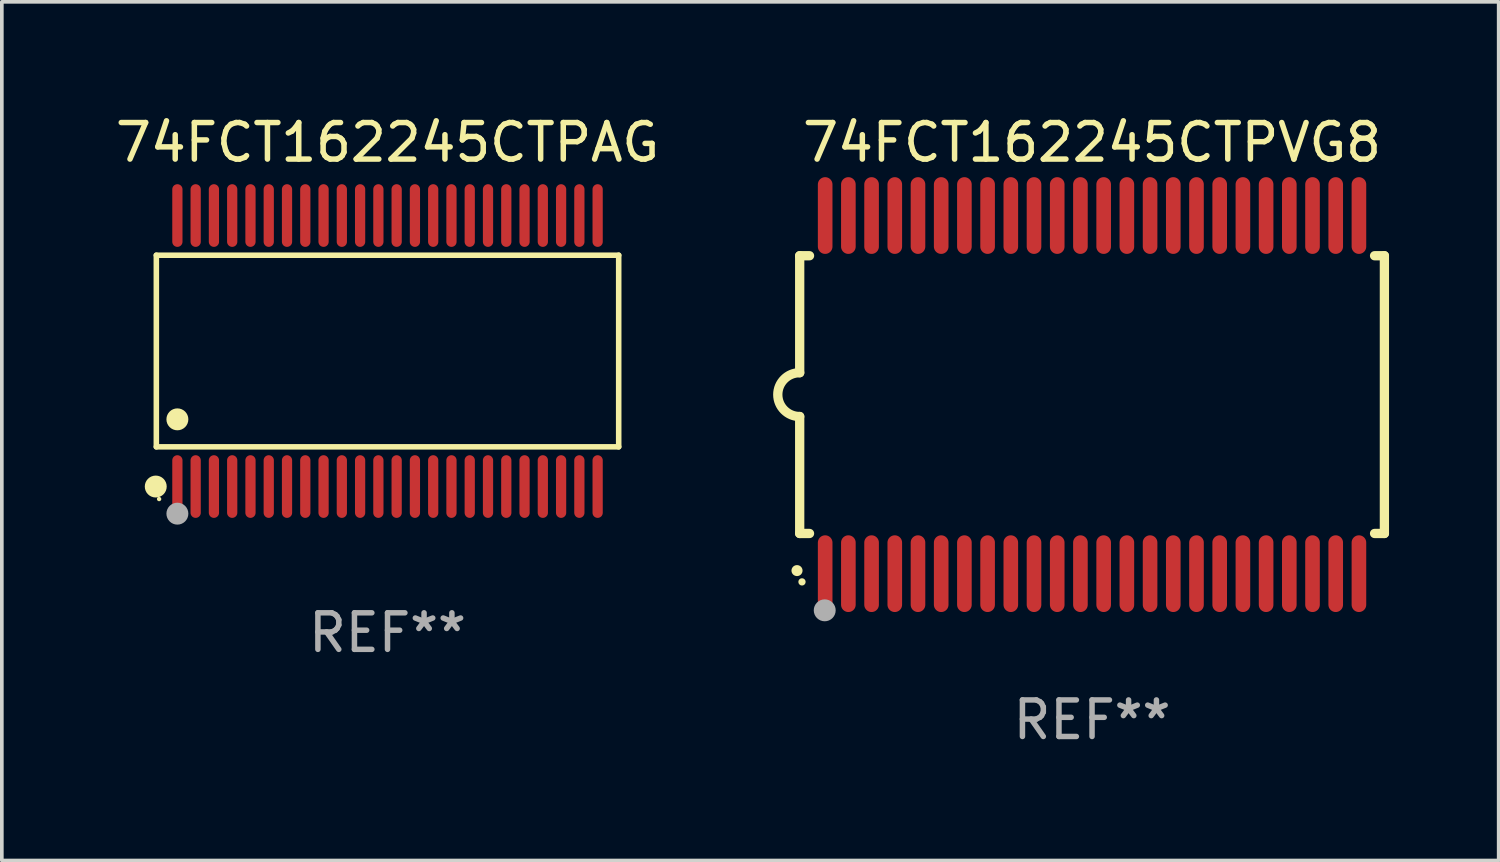
<source format=kicad_pcb>
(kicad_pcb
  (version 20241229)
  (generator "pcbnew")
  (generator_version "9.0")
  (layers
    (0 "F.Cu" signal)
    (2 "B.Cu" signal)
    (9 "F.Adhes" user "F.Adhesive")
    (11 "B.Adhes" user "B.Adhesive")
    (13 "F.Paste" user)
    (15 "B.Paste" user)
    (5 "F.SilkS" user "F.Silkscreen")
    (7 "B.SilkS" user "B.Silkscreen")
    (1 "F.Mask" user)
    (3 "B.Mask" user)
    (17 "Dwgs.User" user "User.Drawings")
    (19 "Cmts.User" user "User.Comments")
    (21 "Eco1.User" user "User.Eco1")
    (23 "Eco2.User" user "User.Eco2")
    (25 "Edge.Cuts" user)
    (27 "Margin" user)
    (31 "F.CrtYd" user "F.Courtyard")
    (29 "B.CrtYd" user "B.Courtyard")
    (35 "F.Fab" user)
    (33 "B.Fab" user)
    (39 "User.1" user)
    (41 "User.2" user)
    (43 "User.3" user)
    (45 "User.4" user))
  (footprint "74FCT162245CTPVG8"
    (layer "F.Cu")
    (at 26.833 7.748)
    (property "Reference" "74FCT162245CTPVG8" (at 0 -6.9 0) (layer "F.SilkS") (effects (font (size 1 1) (thickness 0.15))))
    (attr through_hole)
    (fp_line (start -8 -3.8) (end -8 -0.599) (stroke (width 0.254) (type solid)) (layer "F.SilkS"))
    (fp_line (start -8 -3.8) (end -7.731 -3.8) (stroke (width 0.254) (type solid)) (layer "F.SilkS"))
    (fp_line (start -8 3.8) (end -8 0.599) (stroke (width 0.254) (type solid)) (layer "F.SilkS"))
    (fp_line (start -7.731 3.8) (end -8 3.8) (stroke (width 0.254) (type solid)) (layer "F.SilkS"))
    (fp_line (start 7.731 -3.8) (end 8 -3.8) (stroke (width 0.254) (type solid)) (layer "F.SilkS"))
    (fp_line (start 8 -3.8) (end 8 3.8) (stroke (width 0.254) (type solid)) (layer "F.SilkS"))
    (fp_line (start 8 3.8) (end 7.731 3.8) (stroke (width 0.254) (type solid)) (layer "F.SilkS"))
    (fp_arc (start -8.074676 4.81585) (mid -8.073406 4.815845) (end -8.072136 4.81585) (stroke (width 0.3) (type solid)) (layer "F.SilkS"))
    (fp_arc (start -8.000025 0.6) (mid -8.598908 0.00056) (end -8.000027 -0.598882) (stroke (width 0.254001) (type solid)) (layer "F.SilkS"))
    (fp_circle (center -7.937 5.125) (end -7.887 5.125) (stroke (width 0.1) (type solid)) (fill no) (layer "F.SilkS"))
    (fp_circle (center -7.315 5.903) (end -7.165 5.903) (stroke (width 0.3) (type solid)) (fill no) (layer "F.Fab"))
    (fp_text user "REF**" (at 0 8.9 0) (layer "F.Fab") (effects (font (size 1 1) (thickness 0.15))))
    (pad "1" smd oval (at -7.303 4.9) (size 0.4 2.1) (layers "F.Cu" "F.Mask" "F.Paste"))
    (pad "2" smd oval (at -6.668 4.9) (size 0.4 2.1) (layers "F.Cu" "F.Mask" "F.Paste"))
    (pad "3" smd oval (at -6.033 4.9) (size 0.4 2.1) (layers "F.Cu" "F.Mask" "F.Paste"))
    (pad "4" smd oval (at -5.398 4.9) (size 0.4 2.1) (layers "F.Cu" "F.Mask" "F.Paste"))
    (pad "5" smd oval (at -4.763 4.9) (size 0.4 2.1) (layers "F.Cu" "F.Mask" "F.Paste"))
    (pad "6" smd oval (at -4.128 4.9) (size 0.4 2.1) (layers "F.Cu" "F.Mask" "F.Paste"))
    (pad "7" smd oval (at -3.493 4.9) (size 0.4 2.1) (layers "F.Cu" "F.Mask" "F.Paste"))
    (pad "8" smd oval (at -2.858 4.9) (size 0.4 2.1) (layers "F.Cu" "F.Mask" "F.Paste"))
    (pad "9" smd oval (at -2.223 4.9) (size 0.4 2.1) (layers "F.Cu" "F.Mask" "F.Paste"))
    (pad "10" smd oval (at -1.588 4.9) (size 0.4 2.1) (layers "F.Cu" "F.Mask" "F.Paste"))
    (pad "11" smd oval (at -0.953 4.9) (size 0.4 2.1) (layers "F.Cu" "F.Mask" "F.Paste"))
    (pad "12" smd oval (at -0.318 4.9) (size 0.4 2.1) (layers "F.Cu" "F.Mask" "F.Paste"))
    (pad "13" smd oval (at 0.318 4.9) (size 0.4 2.1) (layers "F.Cu" "F.Mask" "F.Paste"))
    (pad "14" smd oval (at 0.953 4.9) (size 0.4 2.1) (layers "F.Cu" "F.Mask" "F.Paste"))
    (pad "15" smd oval (at 1.588 4.9) (size 0.4 2.1) (layers "F.Cu" "F.Mask" "F.Paste"))
    (pad "16" smd oval (at 2.223 4.9) (size 0.4 2.1) (layers "F.Cu" "F.Mask" "F.Paste"))
    (pad "17" smd oval (at 2.858 4.9) (size 0.4 2.1) (layers "F.Cu" "F.Mask" "F.Paste"))
    (pad "18" smd oval (at 3.493 4.9) (size 0.4 2.1) (layers "F.Cu" "F.Mask" "F.Paste"))
    (pad "19" smd oval (at 4.128 4.9) (size 0.4 2.1) (layers "F.Cu" "F.Mask" "F.Paste"))
    (pad "20" smd oval (at 4.763 4.9) (size 0.4 2.1) (layers "F.Cu" "F.Mask" "F.Paste"))
    (pad "21" smd oval (at 5.398 4.9) (size 0.4 2.1) (layers "F.Cu" "F.Mask" "F.Paste"))
    (pad "22" smd oval (at 6.033 4.9) (size 0.4 2.1) (layers "F.Cu" "F.Mask" "F.Paste"))
    (pad "23" smd oval (at 6.668 4.9) (size 0.4 2.1) (layers "F.Cu" "F.Mask" "F.Paste"))
    (pad "24" smd oval (at 7.303 4.9) (size 0.4 2.1) (layers "F.Cu" "F.Mask" "F.Paste"))
    (pad "25" smd oval (at 7.303 -4.9 180) (size 0.4 2.1) (layers "F.Cu" "F.Mask" "F.Paste"))
    (pad "26" smd oval (at 6.668 -4.9 180) (size 0.4 2.1) (layers "F.Cu" "F.Mask" "F.Paste"))
    (pad "27" smd oval (at 6.033 -4.9 180) (size 0.4 2.1) (layers "F.Cu" "F.Mask" "F.Paste"))
    (pad "28" smd oval (at 5.398 -4.9 180) (size 0.4 2.1) (layers "F.Cu" "F.Mask" "F.Paste"))
    (pad "29" smd oval (at 4.763 -4.9 180) (size 0.4 2.1) (layers "F.Cu" "F.Mask" "F.Paste"))
    (pad "30" smd oval (at 4.128 -4.9 180) (size 0.4 2.1) (layers "F.Cu" "F.Mask" "F.Paste"))
    (pad "31" smd oval (at 3.493 -4.9 180) (size 0.4 2.1) (layers "F.Cu" "F.Mask" "F.Paste"))
    (pad "32" smd oval (at 2.858 -4.9 180) (size 0.4 2.1) (layers "F.Cu" "F.Mask" "F.Paste"))
    (pad "33" smd oval (at 2.223 -4.9 180) (size 0.4 2.1) (layers "F.Cu" "F.Mask" "F.Paste"))
    (pad "34" smd oval (at 1.588 -4.9 180) (size 0.4 2.1) (layers "F.Cu" "F.Mask" "F.Paste"))
    (pad "35" smd oval (at 0.953 -4.9 180) (size 0.4 2.1) (layers "F.Cu" "F.Mask" "F.Paste"))
    (pad "36" smd oval (at 0.318 -4.9 180) (size 0.4 2.1) (layers "F.Cu" "F.Mask" "F.Paste"))
    (pad "37" smd oval (at -0.318 -4.9 180) (size 0.4 2.1) (layers "F.Cu" "F.Mask" "F.Paste"))
    (pad "38" smd oval (at -0.953 -4.9 180) (size 0.4 2.1) (layers "F.Cu" "F.Mask" "F.Paste"))
    (pad "39" smd oval (at -1.588 -4.9 180) (size 0.4 2.1) (layers "F.Cu" "F.Mask" "F.Paste"))
    (pad "40" smd oval (at -2.223 -4.9 180) (size 0.4 2.1) (layers "F.Cu" "F.Mask" "F.Paste"))
    (pad "41" smd oval (at -2.858 -4.9 180) (size 0.4 2.1) (layers "F.Cu" "F.Mask" "F.Paste"))
    (pad "42" smd oval (at -3.493 -4.9 180) (size 0.4 2.1) (layers "F.Cu" "F.Mask" "F.Paste"))
    (pad "43" smd oval (at -4.128 -4.9 180) (size 0.4 2.1) (layers "F.Cu" "F.Mask" "F.Paste"))
    (pad "44" smd oval (at -4.763 -4.9 180) (size 0.4 2.1) (layers "F.Cu" "F.Mask" "F.Paste"))
    (pad "45" smd oval (at -5.398 -4.9 180) (size 0.4 2.1) (layers "F.Cu" "F.Mask" "F.Paste"))
    (pad "46" smd oval (at -6.033 -4.9 180) (size 0.4 2.1) (layers "F.Cu" "F.Mask" "F.Paste"))
    (pad "47" smd oval (at -6.668 -4.9 180) (size 0.4 2.1) (layers "F.Cu" "F.Mask" "F.Paste"))
    (pad "48" smd oval (at -7.303 -4.9 180) (size 0.4 2.1) (layers "F.Cu" "F.Mask" "F.Paste")))
  (footprint "74FCT162245CTPAG"
    (layer "F.Cu")
    (at 7.554 6.556)
    (property "Reference" "74FCT162245CTPAG" (at 0 -5.708 0) (layer "F.SilkS") (effects (font (size 1 1) (thickness 0.15))))
    (attr through_hole)
    (fp_line (start -6.326 -2.622) (end 6.326 -2.622) (stroke (width 0.152) (type solid)) (layer "F.SilkS"))
    (fp_line (start -6.326 2.621) (end -6.326 -2.622) (stroke (width 0.152) (type solid)) (layer "F.SilkS"))
    (fp_line (start 6.326 -2.622) (end 6.326 2.621) (stroke (width 0.152) (type solid)) (layer "F.SilkS"))
    (fp_line (start 6.326 2.621) (end -6.326 2.621) (stroke (width 0.152) (type solid)) (layer "F.SilkS"))
    (fp_circle (center -6.342 3.708) (end -6.192 3.708) (stroke (width 0.3) (type solid)) (fill no) (layer "F.SilkS"))
    (fp_circle (center -6.25 4.05) (end -6.22 4.05) (stroke (width 0.06) (type solid)) (fill no) (layer "F.SilkS"))
    (fp_circle (center -5.75 1.869) (end -5.6 1.869) (stroke (width 0.3) (type solid)) (fill no) (layer "F.SilkS"))
    (fp_circle (center -5.75 4.45) (end -5.6 4.45) (stroke (width 0.3) (type solid)) (fill no) (layer "F.Fab"))
    (fp_text user "REF**" (at 0 7.708 0) (layer "F.Fab") (effects (font (size 1 1) (thickness 0.15))))
    (pad "1" smd oval (at -5.75 3.708) (size 0.28 1.715) (layers "F.Cu" "F.Mask" "F.Paste"))
    (pad "2" smd oval (at -5.25 3.708) (size 0.28 1.715) (layers "F.Cu" "F.Mask" "F.Paste"))
    (pad "3" smd oval (at -4.75 3.708) (size 0.28 1.715) (layers "F.Cu" "F.Mask" "F.Paste"))
    (pad "4" smd oval (at -4.25 3.708) (size 0.28 1.715) (layers "F.Cu" "F.Mask" "F.Paste"))
    (pad "5" smd oval (at -3.75 3.708) (size 0.28 1.715) (layers "F.Cu" "F.Mask" "F.Paste"))
    (pad "6" smd oval (at -3.25 3.708) (size 0.28 1.715) (layers "F.Cu" "F.Mask" "F.Paste"))
    (pad "7" smd oval (at -2.75 3.708) (size 0.28 1.715) (layers "F.Cu" "F.Mask" "F.Paste"))
    (pad "8" smd oval (at -2.25 3.708) (size 0.28 1.715) (layers "F.Cu" "F.Mask" "F.Paste"))
    (pad "9" smd oval (at -1.75 3.708) (size 0.28 1.715) (layers "F.Cu" "F.Mask" "F.Paste"))
    (pad "10" smd oval (at -1.25 3.708) (size 0.28 1.715) (layers "F.Cu" "F.Mask" "F.Paste"))
    (pad "11" smd oval (at -0.75 3.708) (size 0.28 1.715) (layers "F.Cu" "F.Mask" "F.Paste"))
    (pad "12" smd oval (at -0.25 3.708) (size 0.28 1.715) (layers "F.Cu" "F.Mask" "F.Paste"))
    (pad "13" smd oval (at 0.25 3.708) (size 0.28 1.715) (layers "F.Cu" "F.Mask" "F.Paste"))
    (pad "14" smd oval (at 0.75 3.708) (size 0.28 1.715) (layers "F.Cu" "F.Mask" "F.Paste"))
    (pad "15" smd oval (at 1.25 3.708) (size 0.28 1.715) (layers "F.Cu" "F.Mask" "F.Paste"))
    (pad "16" smd oval (at 1.75 3.708) (size 0.28 1.715) (layers "F.Cu" "F.Mask" "F.Paste"))
    (pad "17" smd oval (at 2.25 3.708) (size 0.28 1.715) (layers "F.Cu" "F.Mask" "F.Paste"))
    (pad "18" smd oval (at 2.75 3.708) (size 0.28 1.715) (layers "F.Cu" "F.Mask" "F.Paste"))
    (pad "19" smd oval (at 3.25 3.708) (size 0.28 1.715) (layers "F.Cu" "F.Mask" "F.Paste"))
    (pad "20" smd oval (at 3.75 3.708) (size 0.28 1.715) (layers "F.Cu" "F.Mask" "F.Paste"))
    (pad "21" smd oval (at 4.25 3.708) (size 0.28 1.715) (layers "F.Cu" "F.Mask" "F.Paste"))
    (pad "22" smd oval (at 4.75 3.708) (size 0.28 1.715) (layers "F.Cu" "F.Mask" "F.Paste"))
    (pad "23" smd oval (at 5.25 3.708) (size 0.28 1.715) (layers "F.Cu" "F.Mask" "F.Paste"))
    (pad "24" smd oval (at 5.75 3.708) (size 0.28 1.715) (layers "F.Cu" "F.Mask" "F.Paste"))
    (pad "25" smd oval (at 5.75 -3.708) (size 0.28 1.715) (layers "F.Cu" "F.Mask" "F.Paste"))
    (pad "26" smd oval (at 5.25 -3.708) (size 0.28 1.715) (layers "F.Cu" "F.Mask" "F.Paste"))
    (pad "27" smd oval (at 4.75 -3.708) (size 0.28 1.715) (layers "F.Cu" "F.Mask" "F.Paste"))
    (pad "28" smd oval (at 4.25 -3.708) (size 0.28 1.715) (layers "F.Cu" "F.Mask" "F.Paste"))
    (pad "29" smd oval (at 3.75 -3.708) (size 0.28 1.715) (layers "F.Cu" "F.Mask" "F.Paste"))
    (pad "30" smd oval (at 3.25 -3.708) (size 0.28 1.715) (layers "F.Cu" "F.Mask" "F.Paste"))
    (pad "31" smd oval (at 2.75 -3.708) (size 0.28 1.715) (layers "F.Cu" "F.Mask" "F.Paste"))
    (pad "32" smd oval (at 2.25 -3.708) (size 0.28 1.715) (layers "F.Cu" "F.Mask" "F.Paste"))
    (pad "33" smd oval (at 1.75 -3.708) (size 0.28 1.715) (layers "F.Cu" "F.Mask" "F.Paste"))
    (pad "34" smd oval (at 1.25 -3.708) (size 0.28 1.715) (layers "F.Cu" "F.Mask" "F.Paste"))
    (pad "35" smd oval (at 0.75 -3.708) (size 0.28 1.715) (layers "F.Cu" "F.Mask" "F.Paste"))
    (pad "36" smd oval (at 0.25 -3.708) (size 0.28 1.715) (layers "F.Cu" "F.Mask" "F.Paste"))
    (pad "37" smd oval (at -0.25 -3.708) (size 0.28 1.715) (layers "F.Cu" "F.Mask" "F.Paste"))
    (pad "38" smd oval (at -0.75 -3.708) (size 0.28 1.715) (layers "F.Cu" "F.Mask" "F.Paste"))
    (pad "39" smd oval (at -1.25 -3.708) (size 0.28 1.715) (layers "F.Cu" "F.Mask" "F.Paste"))
    (pad "40" smd oval (at -1.75 -3.708) (size 0.28 1.715) (layers "F.Cu" "F.Mask" "F.Paste"))
    (pad "41" smd oval (at -2.25 -3.708) (size 0.28 1.715) (layers "F.Cu" "F.Mask" "F.Paste"))
    (pad "42" smd oval (at -2.75 -3.708) (size 0.28 1.715) (layers "F.Cu" "F.Mask" "F.Paste"))
    (pad "43" smd oval (at -3.25 -3.708) (size 0.28 1.715) (layers "F.Cu" "F.Mask" "F.Paste"))
    (pad "44" smd oval (at -3.75 -3.708) (size 0.28 1.715) (layers "F.Cu" "F.Mask" "F.Paste"))
    (pad "45" smd oval (at -4.25 -3.708) (size 0.28 1.715) (layers "F.Cu" "F.Mask" "F.Paste"))
    (pad "46" smd oval (at -4.75 -3.708) (size 0.28 1.715) (layers "F.Cu" "F.Mask" "F.Paste"))
    (pad "47" smd oval (at -5.25 -3.708) (size 0.28 1.715) (layers "F.Cu" "F.Mask" "F.Paste"))
    (pad "48" smd oval (at -5.75 -3.708) (size 0.28 1.715) (layers "F.Cu" "F.Mask" "F.Paste")))
  (gr_rect
    (start -3 -3)
    (end 37.96 20.496)
    (stroke (width 0.1) (type default))
    (fill no)
    (layer "Edge.Cuts")))
</source>
